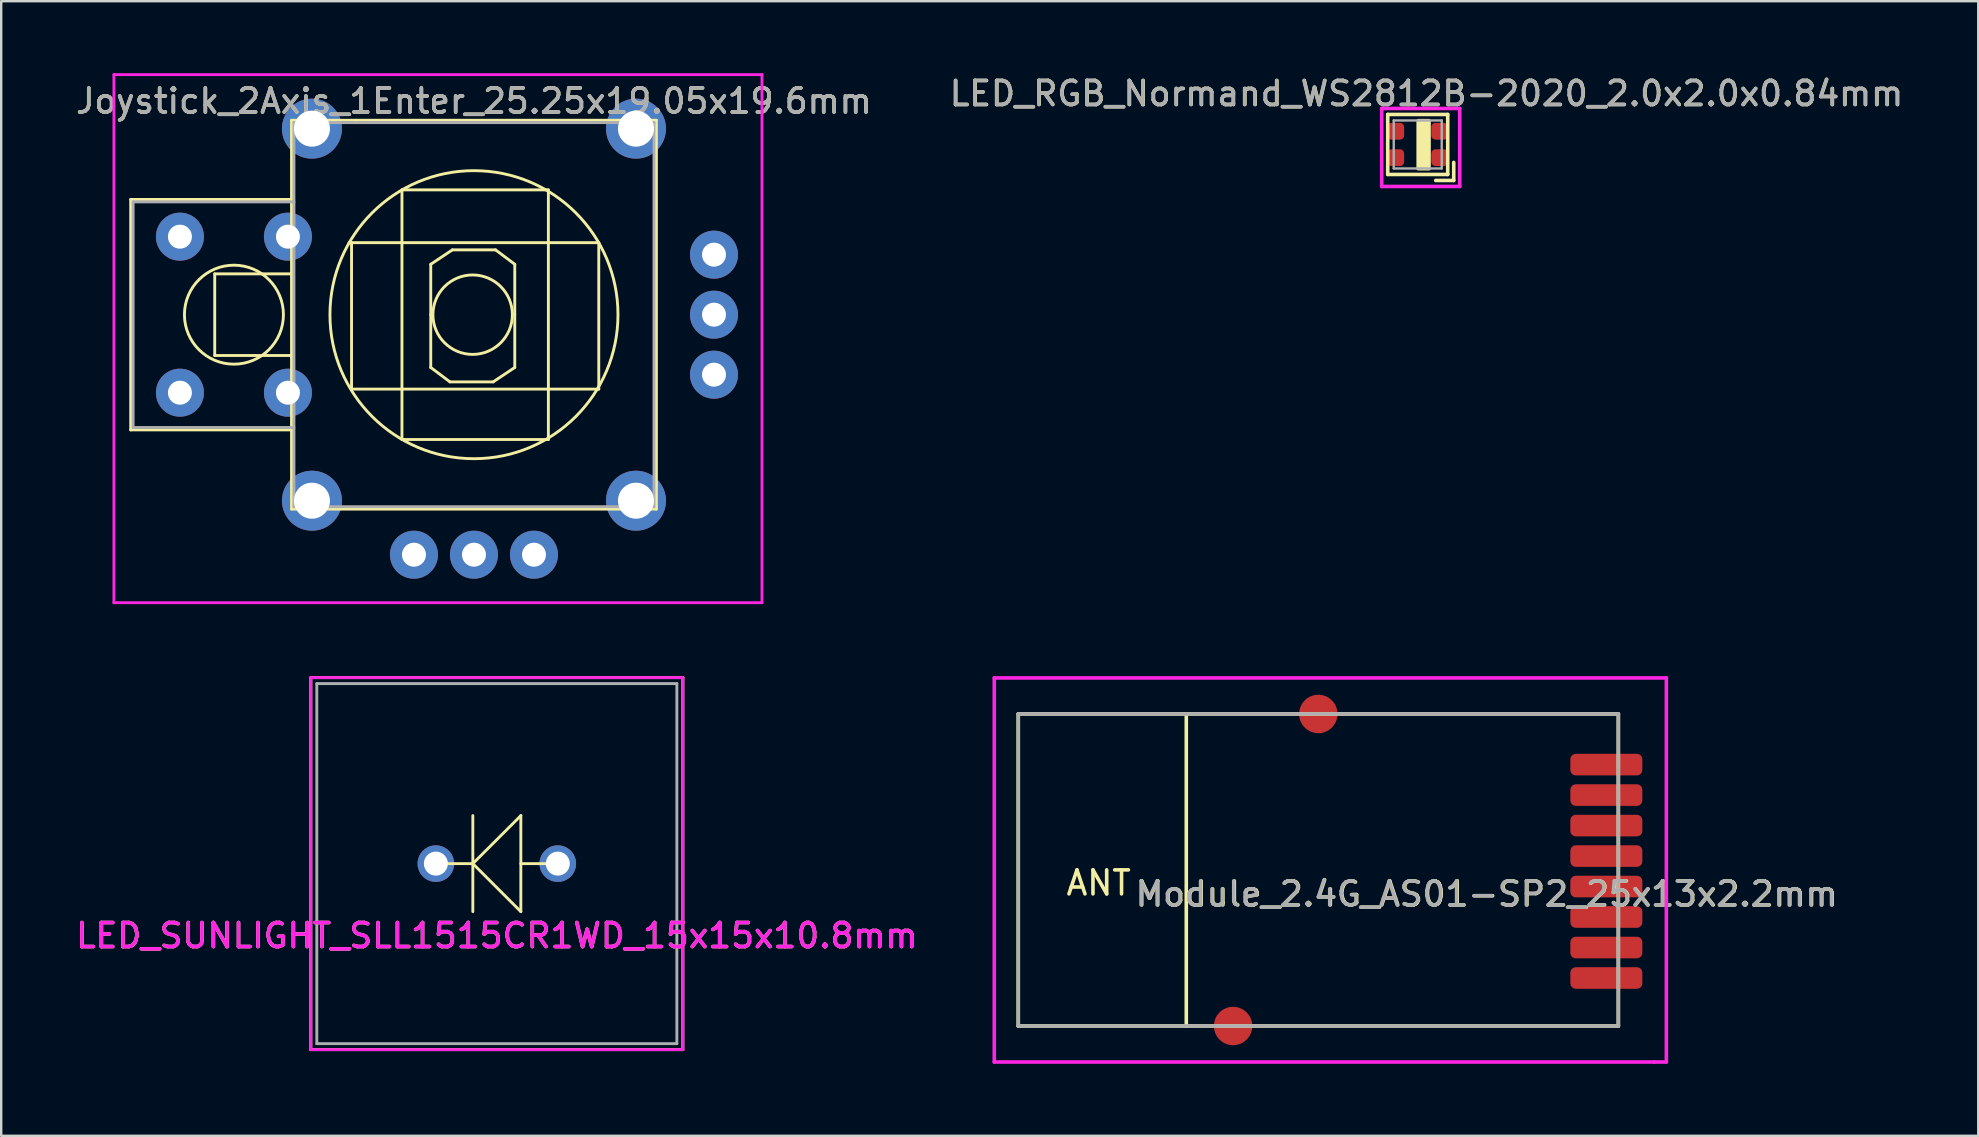
<source format=kicad_pcb>
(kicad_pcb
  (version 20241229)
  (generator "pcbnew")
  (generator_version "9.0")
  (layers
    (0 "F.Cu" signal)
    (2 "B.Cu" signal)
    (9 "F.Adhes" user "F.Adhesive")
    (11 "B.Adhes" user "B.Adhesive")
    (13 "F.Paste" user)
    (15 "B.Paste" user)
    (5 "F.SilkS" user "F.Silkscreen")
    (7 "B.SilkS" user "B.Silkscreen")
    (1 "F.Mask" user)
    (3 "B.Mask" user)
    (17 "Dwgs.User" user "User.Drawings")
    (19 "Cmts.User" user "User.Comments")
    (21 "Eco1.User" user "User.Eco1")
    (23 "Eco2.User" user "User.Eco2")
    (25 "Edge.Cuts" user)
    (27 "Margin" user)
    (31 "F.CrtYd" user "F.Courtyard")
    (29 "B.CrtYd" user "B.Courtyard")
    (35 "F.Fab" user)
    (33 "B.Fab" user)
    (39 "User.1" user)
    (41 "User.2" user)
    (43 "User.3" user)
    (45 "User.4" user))
  (footprint "Joystick_2Axis_1Enter_25.25x19.05x19.6mm"
    (layer "F.Cu")
    (at 16.696 10.06)
    (property "Reference" "Joystick_2Axis_1Enter_25.25x19.05x19.6mm" (at 0 -8.9 0) (layer "F.SilkS") (effects (font (size 1 1) (thickness 0.15))))
    (attr through_hole)
    (fp_line (start -14.3 -4.8) (end -14.3 4.8) (stroke (width 0.12) (type solid)) (layer "F.SilkS"))
    (fp_line (start -14.3 4.8) (end -7.6 4.8) (stroke (width 0.12) (type solid)) (layer "F.SilkS"))
    (fp_line (start -10.8 -1.7) (end -10.8 1.7) (stroke (width 0.12) (type solid)) (layer "F.SilkS"))
    (fp_line (start -10.8 1.7) (end -7.6 1.7) (stroke (width 0.12) (type solid)) (layer "F.SilkS"))
    (fp_line (start -7.6 -8.1) (end -4.9 -8.1) (stroke (width 0.12) (type solid)) (layer "F.SilkS"))
    (fp_line (start -7.6 -4.8) (end -14.3 -4.8) (stroke (width 0.12) (type solid)) (layer "F.SilkS"))
    (fp_line (start -7.6 -1.7) (end -10.8 -1.7) (stroke (width 0.12) (type solid)) (layer "F.SilkS"))
    (fp_line (start -7.6 8.1) (end -7.6 -8.1) (stroke (width 0.12) (type solid)) (layer "F.SilkS"))
    (fp_line (start -5.2 -3) (end 5.2 -3) (stroke (width 0.12) (type solid)) (layer "F.SilkS"))
    (fp_line (start -5.1 3.1) (end -5.1 -3) (stroke (width 0.12) (type solid)) (layer "F.SilkS"))
    (fp_line (start -4.9 -8.1) (end 7.6 -8.1) (stroke (width 0.12) (type solid)) (layer "F.SilkS"))
    (fp_line (start -3 -5.2) (end 3.1 -5.2) (stroke (width 0.12) (type solid)) (layer "F.SilkS"))
    (fp_line (start -3 5.2) (end -3 -5.2) (stroke (width 0.12) (type solid)) (layer "F.SilkS"))
    (fp_line (start -1.8 -2.1) (end -0.9 -2.7) (stroke (width 0.12) (type solid)) (layer "F.SilkS"))
    (fp_line (start -1.8 0) (end -1.8 -2.1) (stroke (width 0.12) (type solid)) (layer "F.SilkS"))
    (fp_line (start -1.8 0) (end -1.8 2.2) (stroke (width 0.12) (type solid)) (layer "F.SilkS"))
    (fp_line (start -1.8 2.2) (end -1 2.8) (stroke (width 0.12) (type solid)) (layer "F.SilkS"))
    (fp_line (start -0.9 -2.7) (end 0.9 -2.7) (stroke (width 0.12) (type solid)) (layer "F.SilkS"))
    (fp_line (start 0.8 2.8) (end -1 2.8) (stroke (width 0.12) (type solid)) (layer "F.SilkS"))
    (fp_line (start 1.7 -2.1) (end 0.9 -2.7) (stroke (width 0.12) (type solid)) (layer "F.SilkS"))
    (fp_line (start 1.7 0) (end 1.7 -2.1) (stroke (width 0.12) (type solid)) (layer "F.SilkS"))
    (fp_line (start 1.7 0) (end 1.7 2.2) (stroke (width 0.12) (type solid)) (layer "F.SilkS"))
    (fp_line (start 1.7 2.2) (end 0.8 2.8) (stroke (width 0.12) (type solid)) (layer "F.SilkS"))
    (fp_line (start 3.1 -5.2) (end 3.1 5.2) (stroke (width 0.12) (type solid)) (layer "F.SilkS"))
    (fp_line (start 3.1 5.2) (end -3 5.2) (stroke (width 0.12) (type solid)) (layer "F.SilkS"))
    (fp_line (start 5.2 -3) (end 5.2 3.1) (stroke (width 0.12) (type solid)) (layer "F.SilkS"))
    (fp_line (start 5.2 3.1) (end -5.1 3.1) (stroke (width 0.12) (type solid)) (layer "F.SilkS"))
    (fp_line (start 7.6 -8.1) (end 7.6 8.1) (stroke (width 0.12) (type solid)) (layer "F.SilkS"))
    (fp_line (start 7.6 8.1) (end -7.6 8.1) (stroke (width 0.12) (type solid)) (layer "F.SilkS"))
    (fp_circle (center -10 0) (end -7.938 0) (stroke (width 0.12) (type solid)) (fill no) (layer "F.SilkS"))
    (fp_circle (center -0.055 0) (end 1.6 0) (stroke (width 0.12) (type solid)) (fill no) (layer "F.SilkS"))
    (fp_circle (center 0 0) (end 6 0) (stroke (width 0.12) (type solid)) (fill no) (layer "F.SilkS"))
    (fp_line (start -15 -10) (end 12 -10) (stroke (width 0.12) (type solid)) (layer "F.CrtYd"))
    (fp_line (start -15 12) (end -15 -10) (stroke (width 0.12) (type solid)) (layer "F.CrtYd"))
    (fp_line (start 12 -10) (end 12 12) (stroke (width 0.12) (type solid)) (layer "F.CrtYd"))
    (fp_line (start 12 12) (end -15 12) (stroke (width 0.12) (type solid)) (layer "F.CrtYd"))
    (fp_line (start -14.2 -4.7) (end -14.2 4.7) (stroke (width 0.12) (type solid)) (layer "F.Fab"))
    (fp_line (start -7.5 -8) (end 7.5 -8) (stroke (width 0.12) (type solid)) (layer "F.Fab"))
    (fp_line (start -7.5 -4.7) (end -14.2 -4.7) (stroke (width 0.12) (type solid)) (layer "F.Fab"))
    (fp_line (start -7.5 4.7) (end -14.2 4.7) (stroke (width 0.12) (type solid)) (layer "F.Fab"))
    (fp_line (start -7.5 8) (end -7.5 -8) (stroke (width 0.12) (type solid)) (layer "F.Fab"))
    (fp_line (start 7.5 -8) (end 7.5 8) (stroke (width 0.12) (type solid)) (layer "F.Fab"))
    (fp_line (start 7.5 8) (end -7.5 8) (stroke (width 0.12) (type solid)) (layer "F.Fab"))
    (fp_text user "${REFERENCE}" (at 0 -8.9 0) (layer "F.Fab") (effects (font (size 1 1) (thickness 0.15))))
    (pad "1" thru_hole circle (at -2.5 10) (size 2 2) (drill 1) (layers "*.Cu" "*.Mask"))
    (pad "2" thru_hole circle (at 0 10) (size 2 2) (drill 1) (layers "*.Cu" "*.Mask"))
    (pad "3" thru_hole circle (at 2.5 10) (size 2 2) (drill 1) (layers "*.Cu" "*.Mask"))
    (pad "4" thru_hole circle (at 10 2.5) (size 2 2) (drill 1) (layers "*.Cu" "*.Mask"))
    (pad "5" thru_hole circle (at 10 0) (size 2 2) (drill 1) (layers "*.Cu" "*.Mask"))
    (pad "6" thru_hole circle (at 10 -2.5) (size 2 2) (drill 1) (layers "*.Cu" "*.Mask"))
    (pad "7" thru_hole circle (at -12.25 -3.25) (size 2 2) (drill 1) (layers "*.Cu" "*.Mask"))
    (pad "8" thru_hole circle (at -7.75 -3.25) (size 2 2) (drill 1) (layers "*.Cu" "*.Mask"))
    (pad "9" thru_hole circle (at -12.25 3.25) (size 2 2) (drill 1) (layers "*.Cu" "*.Mask"))
    (pad "10" thru_hole circle (at -7.75 3.25) (size 2 2) (drill 1) (layers "*.Cu" "*.Mask"))
    (pad "MP" thru_hole circle (at -6.75 -7.75) (size 2.5 2.5) (drill 1.5) (layers "*.Cu" "*.Mask"))
    (pad "MP" thru_hole circle (at -6.75 7.75) (size 2.5 2.5) (drill 1.5) (layers "*.Cu" "*.Mask"))
    (pad "MP" thru_hole circle (at 6.75 -7.75) (size 2.5 2.5) (drill 1.5) (layers "*.Cu" "*.Mask"))
    (pad "MP" thru_hole circle (at 6.75 7.75) (size 2.5 2.5) (drill 1.5) (layers "*.Cu" "*.Mask")))
  (footprint "LED_SUNLIGHT_SLL1515CR1WD_15x15x10.8mm"
    (layer "F.Cu")
    (at 17.649 32.93)
    (property "Reference" "LED_SUNLIGHT_SLL1515CR1WD_15x15x10.8mm" (at 0 3 0) (layer "F.SilkS") (effects (font (size 1 1) (thickness 0.15))))
    (attr through_hole)
    (fp_line (start -7.75 -7.75) (end 7.75 -7.75) (stroke (width 0.12) (type solid)) (layer "F.SilkS"))
    (fp_line (start -7.75 7.75) (end -7.75 -7.75) (stroke (width 0.12) (type solid)) (layer "F.SilkS"))
    (fp_line (start -1 -2) (end -1 2) (stroke (width 0.12) (type solid)) (layer "F.SilkS"))
    (fp_line (start -1 0) (end -2.5 0) (stroke (width 0.12) (type solid)) (layer "F.SilkS"))
    (fp_line (start -1 0) (end 1 -2) (stroke (width 0.12) (type solid)) (layer "F.SilkS"))
    (fp_line (start 1 -2) (end 1 2) (stroke (width 0.12) (type solid)) (layer "F.SilkS"))
    (fp_line (start 1 0) (end 2.5 0) (stroke (width 0.12) (type solid)) (layer "F.SilkS"))
    (fp_line (start 1 2) (end -1 0) (stroke (width 0.12) (type solid)) (layer "F.SilkS"))
    (fp_line (start 7.75 -7.75) (end 7.75 7.75) (stroke (width 0.12) (type solid)) (layer "F.SilkS"))
    (fp_line (start 7.75 7.75) (end -7.75 7.75) (stroke (width 0.12) (type solid)) (layer "F.SilkS"))
    (fp_line (start -7.75 -7.75) (end 7.75 -7.75) (stroke (width 0.12) (type solid)) (layer "F.CrtYd"))
    (fp_line (start -7.75 7.75) (end -7.75 -7.75) (stroke (width 0.12) (type solid)) (layer "F.CrtYd"))
    (fp_line (start 7.75 -7.75) (end 7.75 7.75) (stroke (width 0.12) (type solid)) (layer "F.CrtYd"))
    (fp_line (start 7.75 7.75) (end -7.75 7.75) (stroke (width 0.12) (type solid)) (layer "F.CrtYd"))
    (fp_line (start -7.5 -7.5) (end 7.5 -7.5) (stroke (width 0.12) (type solid)) (layer "F.Fab"))
    (fp_line (start -7.5 7.5) (end -7.5 -7.5) (stroke (width 0.12) (type solid)) (layer "F.Fab"))
    (fp_line (start 7.5 -7.5) (end 7.5 7.5) (stroke (width 0.12) (type solid)) (layer "F.Fab"))
    (fp_line (start 7.5 7.5) (end -7.5 7.5) (stroke (width 0.12) (type solid)) (layer "F.Fab"))
    (fp_text user "${REFERENCE}" (at 0 3 0) (layer "F.CrtYd") (effects (font (size 1 1) (thickness 0.15))))
    (pad "1" thru_hole circle (at -2.54 0) (size 1.524 1.524) (drill 1) (layers "*.Cu" "*.Mask"))
    (pad "2" thru_hole circle (at 2.54 0) (size 1.524 1.524) (drill 1) (layers "*.Cu" "*.Mask")))
  (footprint "LED_RGB_Normand_WS2812B-2020_2.0x2.0x0.84mm"
    (layer "F.Cu")
    (at 56.015 2.968)
    (property "Reference" "LED_RGB_Normand_WS2812B-2020_2.0x2.0x0.84mm" (at 0.37 -2.12 0) (layer "F.SilkS") (effects (font (size 1 1) (thickness 0.15))))
    (attr smd)
    (fp_line (start -1.25 -1.25) (end 1.25 -1.25) (stroke (width 0.15) (type solid)) (layer "F.SilkS"))
    (fp_line (start -1.25 1.25) (end -1.25 -1.25) (stroke (width 0.15) (type solid)) (layer "F.SilkS"))
    (fp_line (start 0.75 1.5) (end 1.5 1.5) (stroke (width 0.15) (type solid)) (layer "F.SilkS"))
    (fp_line (start 1.25 -1.25) (end 1.25 1.25) (stroke (width 0.15) (type solid)) (layer "F.SilkS"))
    (fp_line (start 1.25 1.25) (end -1.25 1.25) (stroke (width 0.15) (type solid)) (layer "F.SilkS"))
    (fp_line (start 1.5 1.5) (end 1.5 0.75) (stroke (width 0.15) (type solid)) (layer "F.SilkS"))
    (fp_poly (pts (xy 0.47 -0.99) (xy 0.47 1.01) (xy 0.02 1.01) (xy 0.02 -0.99)) (stroke (width 0.15) (type solid)) (fill yes) (layer "F.SilkS"))
    (fp_line (start -1.5 -1.5) (end -1.5 1.75) (stroke (width 0.15) (type solid)) (layer "F.CrtYd"))
    (fp_line (start -1.5 1.75) (end 1.75 1.75) (stroke (width 0.15) (type solid)) (layer "F.CrtYd"))
    (fp_line (start 1.75 -1.5) (end -1.5 -1.5) (stroke (width 0.15) (type solid)) (layer "F.CrtYd"))
    (fp_line (start 1.75 1.75) (end 1.75 -1.5) (stroke (width 0.15) (type solid)) (layer "F.CrtYd"))
    (fp_line (start -1 -1) (end 1 -1) (stroke (width 0.1) (type solid)) (layer "F.Fab"))
    (fp_line (start -1 1) (end -1 -1) (stroke (width 0.1) (type solid)) (layer "F.Fab"))
    (fp_line (start 1 -1) (end 1 1) (stroke (width 0.1) (type solid)) (layer "F.Fab"))
    (fp_line (start 1 1) (end -1 1) (stroke (width 0.1) (type solid)) (layer "F.Fab"))
    (fp_text user "${REFERENCE}" (at 0.36 -2.12 0) (layer "F.Fab") (effects (font (size 1 1) (thickness 0.15))))
    (pad "1" smd roundrect (at 0.915 0.55) (size 0.7 0.7) (layers "F.Cu" "F.Mask" "F.Paste") (roundrect_rratio 0.25))
    (pad "2" smd roundrect (at 0.915 -0.55) (size 0.7 0.7) (layers "F.Cu" "F.Mask" "F.Paste") (roundrect_rratio 0.25))
    (pad "3" smd roundrect (at -0.915 -0.55) (size 0.7 0.7) (layers "F.Cu" "F.Mask" "F.Paste") (roundrect_rratio 0.25))
    (pad "4" smd roundrect (at -0.915 0.55) (size 0.7 0.7) (layers "F.Cu" "F.Mask" "F.Paste") (roundrect_rratio 0.25)))
  (footprint "Module_2.4G_AS01-SP2_25x13x2.2mm"
    (layer "F.Cu")
    (at 51.998 33.195)
    (property "Reference" "Module_2.4G_AS01-SP2_25x13x2.2mm" (at 6.9 1 180) (layer "F.SilkS") (effects (font (size 1 1) (thickness 0.15))))
    (attr smd)
    (fp_line (start -12.625 6.5) (end -12.625 -6.5) (stroke (width 0.15) (type solid)) (layer "F.SilkS"))
    (fp_line (start -5.625 6.5) (end -5.625 -6.5) (stroke (width 0.15) (type solid)) (layer "F.SilkS"))
    (fp_line (start 12.375 -6.5) (end -12.625 -6.5) (stroke (width 0.15) (type solid)) (layer "F.SilkS"))
    (fp_line (start 12.375 6.5) (end -12.625 6.5) (stroke (width 0.15) (type solid)) (layer "F.SilkS"))
    (fp_line (start 12.375 6.5) (end 12.375 -6.5) (stroke (width 0.15) (type solid)) (layer "F.SilkS"))
    (fp_line (start -13.625 -8) (end 14.375 -8) (stroke (width 0.15) (type solid)) (layer "F.CrtYd"))
    (fp_line (start -13.625 8) (end -13.625 -8) (stroke (width 0.15) (type solid)) (layer "F.CrtYd"))
    (fp_line (start 13.875 8) (end -13.625 8) (stroke (width 0.15) (type solid)) (layer "F.CrtYd"))
    (fp_line (start 14.375 -8) (end 14.375 8) (stroke (width 0.15) (type solid)) (layer "F.CrtYd"))
    (fp_line (start 14.375 8) (end 13.875 8) (stroke (width 0.15) (type solid)) (layer "F.CrtYd"))
    (fp_line (start -12.625 -6.5) (end 12.375 -6.5) (stroke (width 0.15) (type solid)) (layer "F.Fab"))
    (fp_line (start -12.625 6.5) (end -12.625 -6.5) (stroke (width 0.15) (type solid)) (layer "F.Fab"))
    (fp_line (start 12.375 -6.5) (end 12.375 6.5) (stroke (width 0.15) (type solid)) (layer "F.Fab"))
    (fp_line (start 12.375 6.5) (end -12.625 6.5) (stroke (width 0.15) (type solid)) (layer "F.Fab"))
    (fp_text user "ANT" (at -9.275 0.54 0) (unlocked yes) (layer "F.SilkS") (effects (font (size 1 1) (thickness 0.15))))
    (fp_text user "${REFERENCE}" (at 6.875 1 180) (layer "F.Fab") (effects (font (size 1 1) (thickness 0.15))))
    (pad "1" smd roundrect (at 11.875 4.5 180) (size 3 0.9) (layers "F.Cu" "F.Mask" "F.Paste") (roundrect_rratio 0.25))
    (pad "2" smd roundrect (at 11.875 3.23 180) (size 3 0.9) (layers "F.Cu" "F.Mask" "F.Paste") (roundrect_rratio 0.25))
    (pad "3" smd roundrect (at 11.875 1.96 180) (size 3 0.9) (layers "F.Cu" "F.Mask" "F.Paste") (roundrect_rratio 0.25))
    (pad "4" smd roundrect (at 11.875 0.69 180) (size 3 0.9) (layers "F.Cu" "F.Mask" "F.Paste") (roundrect_rratio 0.25))
    (pad "5" smd roundrect (at 11.875 -0.58 180) (size 3 0.9) (layers "F.Cu" "F.Mask" "F.Paste") (roundrect_rratio 0.25))
    (pad "6" smd roundrect (at 11.875 -1.85 180) (size 3 0.9) (layers "F.Cu" "F.Mask" "F.Paste") (roundrect_rratio 0.25))
    (pad "7" smd roundrect (at 11.875 -3.12 180) (size 3 0.9) (layers "F.Cu" "F.Mask" "F.Paste") (roundrect_rratio 0.25))
    (pad "8" smd roundrect (at 11.875 -4.39 180) (size 3 0.9) (layers "F.Cu" "F.Mask" "F.Paste") (roundrect_rratio 0.25))
    (pad "9" smd circle (at -0.125 -6.5 180) (size 1.6 1.6) (layers "F.Cu" "F.Mask" "F.Paste"))
    (pad "10" smd circle (at -3.675 6.5 180) (size 1.6 1.6) (layers "F.Cu" "F.Mask" "F.Paste")))
  (gr_rect
    (start -3 -3)
    (end 79.367 44.27)
    (stroke (width 0.1) (type default))
    (fill no)
    (layer "Edge.Cuts")))
</source>
